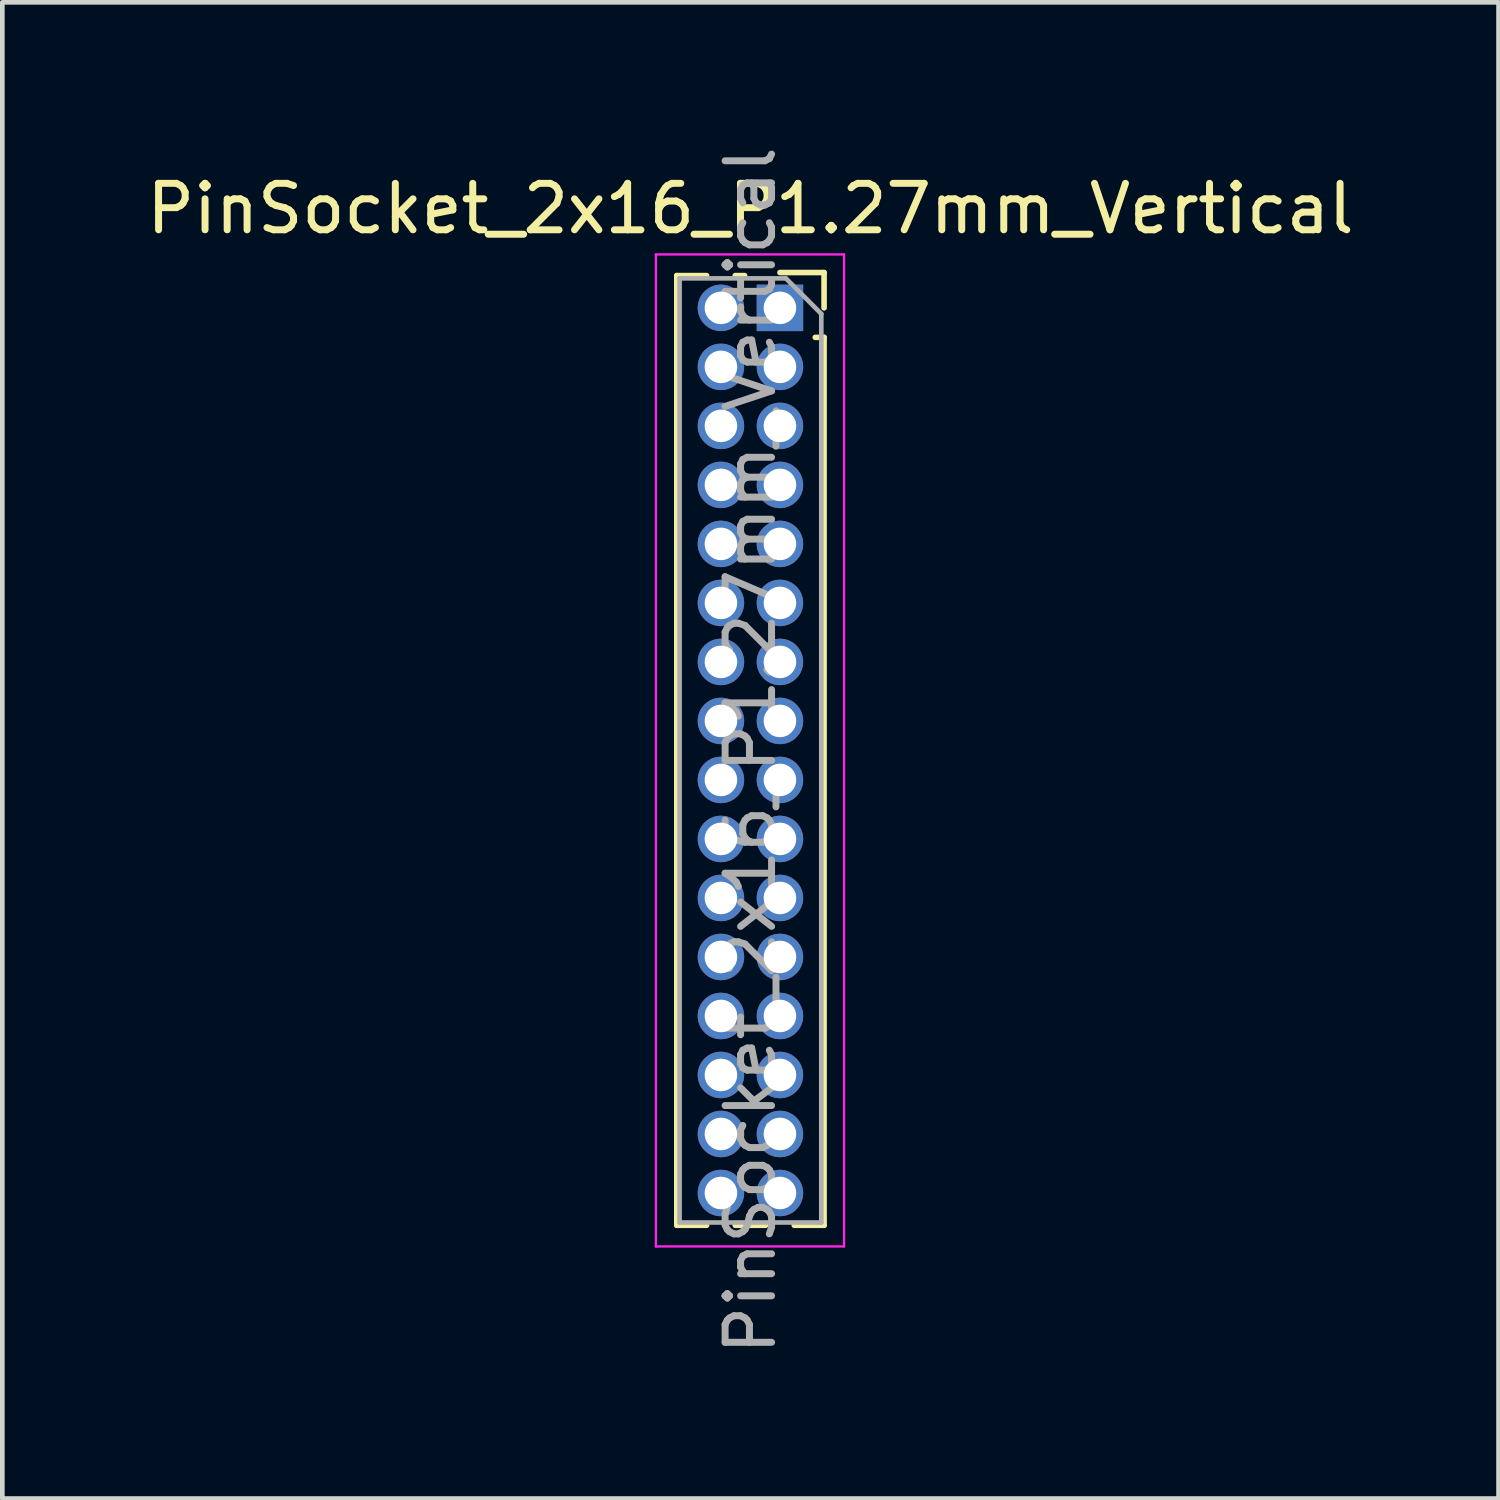
<source format=kicad_pcb>
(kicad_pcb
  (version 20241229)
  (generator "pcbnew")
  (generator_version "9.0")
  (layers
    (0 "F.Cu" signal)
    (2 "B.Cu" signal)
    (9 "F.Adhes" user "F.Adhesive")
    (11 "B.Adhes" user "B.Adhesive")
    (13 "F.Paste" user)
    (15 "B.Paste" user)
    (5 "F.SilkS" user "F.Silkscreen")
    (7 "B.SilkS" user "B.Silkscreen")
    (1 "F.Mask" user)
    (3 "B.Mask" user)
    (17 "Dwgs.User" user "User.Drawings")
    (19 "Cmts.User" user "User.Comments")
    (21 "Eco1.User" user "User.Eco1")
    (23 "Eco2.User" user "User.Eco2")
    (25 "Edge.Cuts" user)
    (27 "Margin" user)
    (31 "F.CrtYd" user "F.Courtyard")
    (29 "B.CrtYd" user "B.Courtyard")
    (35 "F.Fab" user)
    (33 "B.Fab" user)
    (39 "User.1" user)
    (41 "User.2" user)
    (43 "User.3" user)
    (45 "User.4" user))
  (footprint "PinSocket_2x16_P1.27mm_Vertical"
    (layer "F.Cu")
    (at 13.736 3.576)
    (property "Reference" "PinSocket_2x16_P1.27mm_Vertical" (at -0.635 -2.135 0) (layer "F.SilkS") (effects (font (size 1 1) (thickness 0.15))))
    (attr through_hole)
    (fp_line (start -2.22 -0.695) (end -2.22 19.745) (stroke (width 0.12) (type solid)) (layer "F.SilkS"))
    (fp_line (start -2.22 -0.695) (end -1.578 -0.695) (stroke (width 0.12) (type solid)) (layer "F.SilkS"))
    (fp_line (start -2.22 19.745) (end -1.578 19.745) (stroke (width 0.12) (type solid)) (layer "F.SilkS"))
    (fp_line (start -0.962 -0.695) (end -0.76 -0.695) (stroke (width 0.12) (type solid)) (layer "F.SilkS"))
    (fp_line (start -0.962 19.745) (end -0.308 19.745) (stroke (width 0.12) (type solid)) (layer "F.SilkS"))
    (fp_line (start 0 -0.76) (end 0.95 -0.76) (stroke (width 0.12) (type solid)) (layer "F.SilkS"))
    (fp_line (start 0.308 19.745) (end 0.95 19.745) (stroke (width 0.12) (type solid)) (layer "F.SilkS"))
    (fp_line (start 0.76 0.635) (end 0.95 0.635) (stroke (width 0.12) (type solid)) (layer "F.SilkS"))
    (fp_line (start 0.95 -0.76) (end 0.95 0) (stroke (width 0.12) (type solid)) (layer "F.SilkS"))
    (fp_line (start 0.95 0.635) (end 0.95 19.745) (stroke (width 0.12) (type solid)) (layer "F.SilkS"))
    (fp_line (start -2.67 -1.15) (end 1.38 -1.15) (stroke (width 0.05) (type solid)) (layer "F.CrtYd"))
    (fp_line (start -2.67 20.2) (end -2.67 -1.15) (stroke (width 0.05) (type solid)) (layer "F.CrtYd"))
    (fp_line (start 1.38 -1.15) (end 1.38 20.2) (stroke (width 0.05) (type solid)) (layer "F.CrtYd"))
    (fp_line (start 1.38 20.2) (end -2.67 20.2) (stroke (width 0.05) (type solid)) (layer "F.CrtYd"))
    (fp_line (start -2.16 -0.635) (end 0.128 -0.635) (stroke (width 0.1) (type solid)) (layer "F.Fab"))
    (fp_line (start -2.16 19.685) (end -2.16 -0.635) (stroke (width 0.1) (type solid)) (layer "F.Fab"))
    (fp_line (start 0.128 -0.635) (end 0.89 0.128) (stroke (width 0.1) (type solid)) (layer "F.Fab"))
    (fp_line (start 0.89 0.128) (end 0.89 19.685) (stroke (width 0.1) (type solid)) (layer "F.Fab"))
    (fp_line (start 0.89 19.685) (end -2.16 19.685) (stroke (width 0.1) (type solid)) (layer "F.Fab"))
    (fp_text user "${REFERENCE}" (at -0.635 9.525 90) (layer "F.Fab") (effects (font (size 1 1) (thickness 0.15))))
    (pad "1" thru_hole rect (at 0 0) (size 1 1) (drill 0.7) (layers "*.Cu" "*.Mask"))
    (pad "2" thru_hole oval (at -1.27 0) (size 1 1) (drill 0.7) (layers "*.Cu" "*.Mask"))
    (pad "3" thru_hole oval (at 0 1.27) (size 1 1) (drill 0.7) (layers "*.Cu" "*.Mask"))
    (pad "4" thru_hole oval (at -1.27 1.27) (size 1 1) (drill 0.7) (layers "*.Cu" "*.Mask"))
    (pad "5" thru_hole oval (at 0 2.54) (size 1 1) (drill 0.7) (layers "*.Cu" "*.Mask"))
    (pad "6" thru_hole oval (at -1.27 2.54) (size 1 1) (drill 0.7) (layers "*.Cu" "*.Mask"))
    (pad "7" thru_hole oval (at 0 3.81) (size 1 1) (drill 0.7) (layers "*.Cu" "*.Mask"))
    (pad "8" thru_hole oval (at -1.27 3.81) (size 1 1) (drill 0.7) (layers "*.Cu" "*.Mask"))
    (pad "9" thru_hole oval (at 0 5.08) (size 1 1) (drill 0.7) (layers "*.Cu" "*.Mask"))
    (pad "10" thru_hole oval (at -1.27 5.08) (size 1 1) (drill 0.7) (layers "*.Cu" "*.Mask"))
    (pad "11" thru_hole oval (at 0 6.35) (size 1 1) (drill 0.7) (layers "*.Cu" "*.Mask"))
    (pad "12" thru_hole oval (at -1.27 6.35) (size 1 1) (drill 0.7) (layers "*.Cu" "*.Mask"))
    (pad "13" thru_hole oval (at 0 7.62) (size 1 1) (drill 0.7) (layers "*.Cu" "*.Mask"))
    (pad "14" thru_hole oval (at -1.27 7.62) (size 1 1) (drill 0.7) (layers "*.Cu" "*.Mask"))
    (pad "15" thru_hole oval (at 0 8.89) (size 1 1) (drill 0.7) (layers "*.Cu" "*.Mask"))
    (pad "16" thru_hole oval (at -1.27 8.89) (size 1 1) (drill 0.7) (layers "*.Cu" "*.Mask"))
    (pad "17" thru_hole oval (at 0 10.16) (size 1 1) (drill 0.7) (layers "*.Cu" "*.Mask"))
    (pad "18" thru_hole oval (at -1.27 10.16) (size 1 1) (drill 0.7) (layers "*.Cu" "*.Mask"))
    (pad "19" thru_hole oval (at 0 11.43) (size 1 1) (drill 0.7) (layers "*.Cu" "*.Mask"))
    (pad "20" thru_hole oval (at -1.27 11.43) (size 1 1) (drill 0.7) (layers "*.Cu" "*.Mask"))
    (pad "21" thru_hole oval (at 0 12.7) (size 1 1) (drill 0.7) (layers "*.Cu" "*.Mask"))
    (pad "22" thru_hole oval (at -1.27 12.7) (size 1 1) (drill 0.7) (layers "*.Cu" "*.Mask"))
    (pad "23" thru_hole oval (at 0 13.97) (size 1 1) (drill 0.7) (layers "*.Cu" "*.Mask"))
    (pad "24" thru_hole oval (at -1.27 13.97) (size 1 1) (drill 0.7) (layers "*.Cu" "*.Mask"))
    (pad "25" thru_hole oval (at 0 15.24) (size 1 1) (drill 0.7) (layers "*.Cu" "*.Mask"))
    (pad "26" thru_hole oval (at -1.27 15.24) (size 1 1) (drill 0.7) (layers "*.Cu" "*.Mask"))
    (pad "27" thru_hole oval (at 0 16.51) (size 1 1) (drill 0.7) (layers "*.Cu" "*.Mask"))
    (pad "28" thru_hole oval (at -1.27 16.51) (size 1 1) (drill 0.7) (layers "*.Cu" "*.Mask"))
    (pad "29" thru_hole oval (at 0 17.78) (size 1 1) (drill 0.7) (layers "*.Cu" "*.Mask"))
    (pad "30" thru_hole oval (at -1.27 17.78) (size 1 1) (drill 0.7) (layers "*.Cu" "*.Mask"))
    (pad "31" thru_hole oval (at 0 19.05) (size 1 1) (drill 0.7) (layers "*.Cu" "*.Mask"))
    (pad "32" thru_hole oval (at -1.27 19.05) (size 1 1) (drill 0.7) (layers "*.Cu" "*.Mask")))
  (gr_rect
    (start -3 -3)
    (end 29.202 29.202)
    (stroke (width 0.1) (type default))
    (fill no)
    (layer "Edge.Cuts")))
</source>
